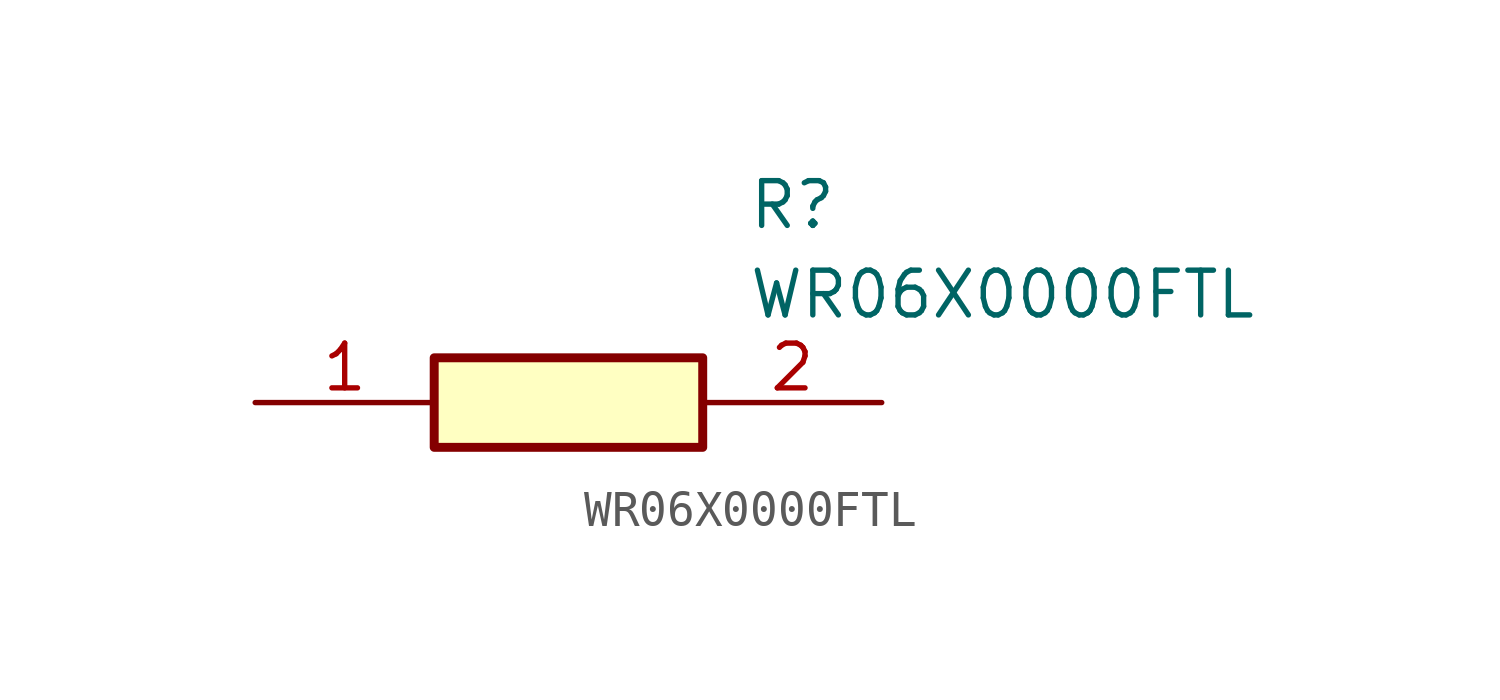
<source format=kicad_sym>
(kicad_symbol_lib
  (version 20211014)
  (generator SamacSys_ECAD_Model)
  (symbol "WR06X0000FTL"
    (pin_names hide)
    (property "Reference" "R"
      (at 13.97 6.35 0)
      (effects (font (size 1.27 1.27)) (justify left top)))
    (property "Value" "WR06X0000FTL"
      (at 13.97 3.81 0)
      (effects (font (size 1.27 1.27)) (justify left top)))
    (rectangle
      (start 5.08 1.27)
      (end 12.7 -1.27)
      (stroke (width 0.254) (type default))
      (fill (type background)))
    (pin passive line
      (at 0 0 0)
      (length 5.08)
      (name "1" (effects (font (size 1.27 1.27))))
      (number "1" (effects (font (size 1.27 1.27)))))
    (pin passive line
      (at 17.78 0 180)
      (length 5.08)
      (name "2" (effects (font (size 1.27 1.27))))
      (number "2" (effects (font (size 1.27 1.27)))))))
</source>
